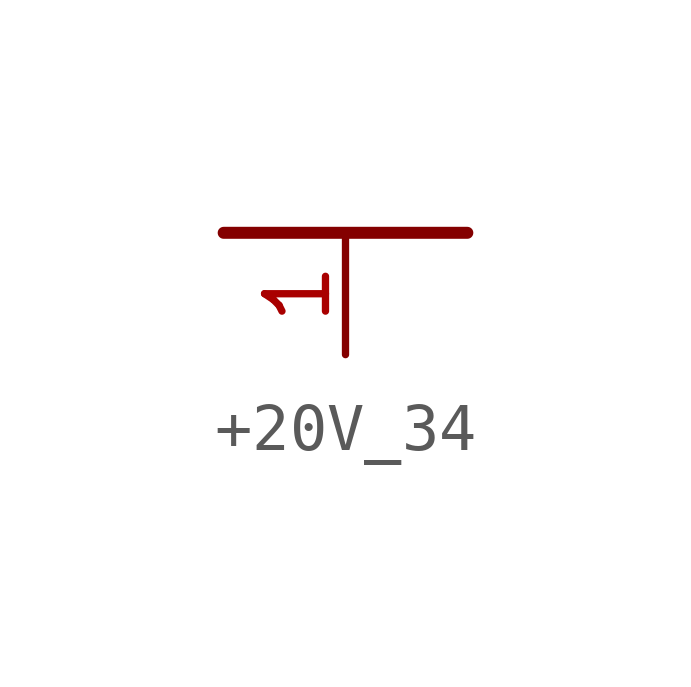
<source format=kicad_sym>
(kicad_symbol_lib
  (version 20231120)
  (generator "kicad_symbol_editor")
  (generator_version "8.0")
  (symbol "+20V_34"
    (power)
    (property "Reference" "#NetPort"
      (at 0 0 0)
      (effects (font (size 1.27 1.27)) (hide yes)))
    (property "ki_locked" ""
      (at 0 0 0)
      (effects (font (size 1.27 1.27))))
    (symbol "+20V_34_1_0"
      (polyline (pts (xy -2.54 0) (xy 2.54 0)) (stroke (width 0.25) (type solid)) (fill (type none)))
      (pin power_in line (at 0 -2.54 90) (length 2.54) (name "+24V" (effects (font (size 0 0)))) (number "1" (effects (font (size 1.27 1.27))))))))
</source>
